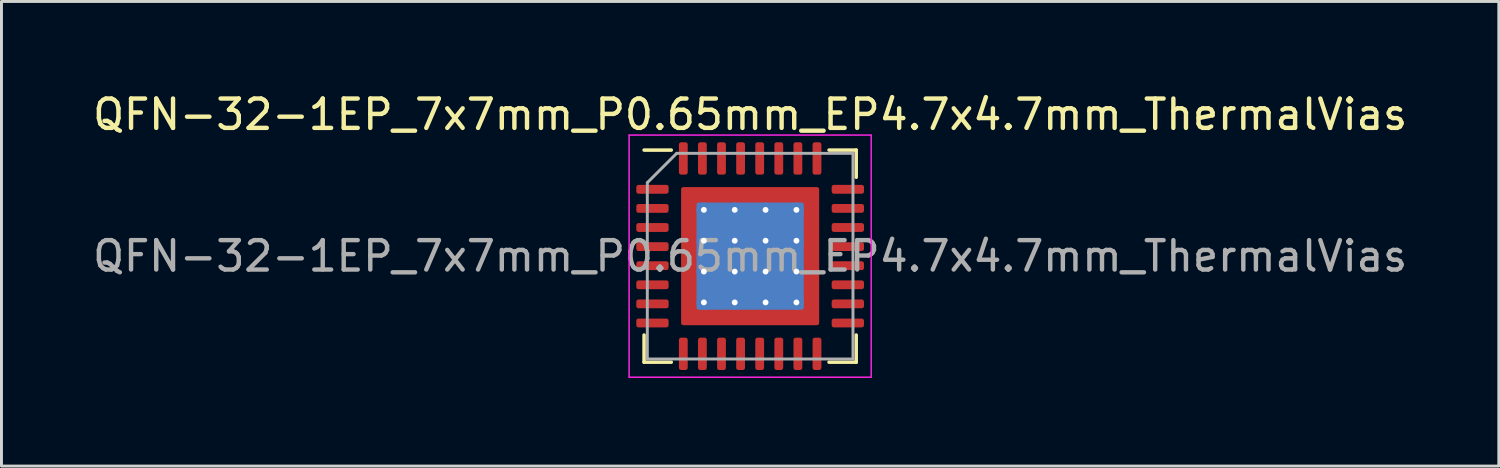
<source format=kicad_pcb>
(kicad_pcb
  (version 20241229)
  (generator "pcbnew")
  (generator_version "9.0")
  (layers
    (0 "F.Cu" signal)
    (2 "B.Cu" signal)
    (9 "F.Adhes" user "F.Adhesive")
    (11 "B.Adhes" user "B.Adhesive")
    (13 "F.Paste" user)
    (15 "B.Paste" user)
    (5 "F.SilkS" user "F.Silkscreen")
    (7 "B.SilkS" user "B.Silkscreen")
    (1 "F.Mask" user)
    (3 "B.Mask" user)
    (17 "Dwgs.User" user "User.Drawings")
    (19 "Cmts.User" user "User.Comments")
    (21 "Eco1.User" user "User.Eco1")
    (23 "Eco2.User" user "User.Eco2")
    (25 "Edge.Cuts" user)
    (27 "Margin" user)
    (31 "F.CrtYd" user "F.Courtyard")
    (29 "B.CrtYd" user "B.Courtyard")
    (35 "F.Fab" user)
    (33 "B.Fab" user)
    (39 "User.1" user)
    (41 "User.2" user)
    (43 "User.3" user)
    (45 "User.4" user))
  (footprint "QFN-32-1EP_7x7mm_P0.65mm_EP4.7x4.7mm_ThermalVias"
    (layer "F.Cu")
    (at 22.482 5.668)
    (property "Reference" "QFN-32-1EP_7x7mm_P0.65mm_EP4.7x4.7mm_ThermalVias" (at 0 -4.82 0) (layer "F.SilkS") (effects (font (size 1 1) (thickness 0.15))))
    (attr smd)
    (fp_line (start -3.61 3.61) (end -3.61 2.685) (stroke (width 0.12) (type solid)) (layer "F.SilkS"))
    (fp_line (start -2.685 -3.61) (end -3.61 -3.61) (stroke (width 0.12) (type solid)) (layer "F.SilkS"))
    (fp_line (start -2.685 3.61) (end -3.61 3.61) (stroke (width 0.12) (type solid)) (layer "F.SilkS"))
    (fp_line (start 2.685 -3.61) (end 3.61 -3.61) (stroke (width 0.12) (type solid)) (layer "F.SilkS"))
    (fp_line (start 2.685 3.61) (end 3.61 3.61) (stroke (width 0.12) (type solid)) (layer "F.SilkS"))
    (fp_line (start 3.61 -3.61) (end 3.61 -2.685) (stroke (width 0.12) (type solid)) (layer "F.SilkS"))
    (fp_line (start 3.61 3.61) (end 3.61 2.685) (stroke (width 0.12) (type solid)) (layer "F.SilkS"))
    (fp_line (start -4.12 -4.12) (end -4.12 4.12) (stroke (width 0.05) (type solid)) (layer "F.CrtYd"))
    (fp_line (start -4.12 4.12) (end 4.12 4.12) (stroke (width 0.05) (type solid)) (layer "F.CrtYd"))
    (fp_line (start 4.12 -4.12) (end -4.12 -4.12) (stroke (width 0.05) (type solid)) (layer "F.CrtYd"))
    (fp_line (start 4.12 4.12) (end 4.12 -4.12) (stroke (width 0.05) (type solid)) (layer "F.CrtYd"))
    (fp_line (start -3.5 -2.5) (end -2.5 -3.5) (stroke (width 0.1) (type solid)) (layer "F.Fab"))
    (fp_line (start -3.5 3.5) (end -3.5 -2.5) (stroke (width 0.1) (type solid)) (layer "F.Fab"))
    (fp_line (start -2.5 -3.5) (end 3.5 -3.5) (stroke (width 0.1) (type solid)) (layer "F.Fab"))
    (fp_line (start 3.5 -3.5) (end 3.5 3.5) (stroke (width 0.1) (type solid)) (layer "F.Fab"))
    (fp_line (start 3.5 3.5) (end -3.5 3.5) (stroke (width 0.1) (type solid)) (layer "F.Fab"))
    (fp_text user "${REFERENCE}" (at 0 0 0) (layer "F.Fab") (effects (font (size 1 1) (thickness 0.15))))
    (pad "" smd custom (at -1.962 -1.962) (size 0.531 0.531) (layers "F.Paste") (options (anchor circle)) (primitives (gr_poly (pts (xy -0.312 -0.312) (xy 0.312 -0.312) (xy 0.312 0.18) (xy 0.18 0.312) (xy -0.312 0.312)) (width 0) (fill yes))))
    (pad "" smd custom (at -1.962 -1.05) (size 0.55 0.55) (layers "F.Paste") (options (anchor circle)) (primitives (gr_poly (pts (xy -0.312 -0.423) (xy 0.206 -0.423) (xy 0.312 -0.317) (xy 0.312 0.317) (xy 0.206 0.423) (xy -0.312 0.423)) (width 0) (fill yes))))
    (pad "" smd custom (at -1.962 0) (size 0.55 0.55) (layers "F.Paste") (options (anchor circle)) (primitives (gr_poly (pts (xy -0.312 -0.423) (xy 0.206 -0.423) (xy 0.312 -0.317) (xy 0.312 0.317) (xy 0.206 0.423) (xy -0.312 0.423)) (width 0) (fill yes))))
    (pad "" smd custom (at -1.962 1.05) (size 0.55 0.55) (layers "F.Paste") (options (anchor circle)) (primitives (gr_poly (pts (xy -0.312 -0.423) (xy 0.206 -0.423) (xy 0.312 -0.317) (xy 0.312 0.317) (xy 0.206 0.423) (xy -0.312 0.423)) (width 0) (fill yes))))
    (pad "" smd custom (at -1.962 1.962) (size 0.531 0.531) (layers "F.Paste") (options (anchor circle)) (primitives (gr_poly (pts (xy -0.312 -0.312) (xy 0.18 -0.312) (xy 0.312 -0.18) (xy 0.312 0.312) (xy -0.312 0.312)) (width 0) (fill yes))))
    (pad "" smd custom (at -1.05 -1.962) (size 0.55 0.55) (layers "F.Paste") (options (anchor circle)) (primitives (gr_poly (pts (xy -0.423 -0.312) (xy 0.423 -0.312) (xy 0.423 0.206) (xy 0.317 0.312) (xy -0.317 0.312) (xy -0.423 0.206)) (width 0) (fill yes))))
    (pad "" smd custom (at -1.05 -1.05) (size 0.79 0.79) (layers "F.Paste") (options (anchor circle)) (primitives (gr_poly (pts (xy -0.423 -0.344) (xy -0.344 -0.423) (xy 0.344 -0.423) (xy 0.423 -0.344) (xy 0.423 0.344) (xy 0.344 0.423) (xy -0.344 0.423) (xy -0.423 0.344)) (width 0) (fill yes))))
    (pad "" smd custom (at -1.05 0) (size 0.79 0.79) (layers "F.Paste") (options (anchor circle)) (primitives (gr_poly (pts (xy -0.423 -0.344) (xy -0.344 -0.423) (xy 0.344 -0.423) (xy 0.423 -0.344) (xy 0.423 0.344) (xy 0.344 0.423) (xy -0.344 0.423) (xy -0.423 0.344)) (width 0) (fill yes))))
    (pad "" smd custom (at -1.05 1.05) (size 0.79 0.79) (layers "F.Paste") (options (anchor circle)) (primitives (gr_poly (pts (xy -0.423 -0.344) (xy -0.344 -0.423) (xy 0.344 -0.423) (xy 0.423 -0.344) (xy 0.423 0.344) (xy 0.344 0.423) (xy -0.344 0.423) (xy -0.423 0.344)) (width 0) (fill yes))))
    (pad "" smd custom (at -1.05 1.962) (size 0.55 0.55) (layers "F.Paste") (options (anchor circle)) (primitives (gr_poly (pts (xy -0.423 -0.206) (xy -0.317 -0.312) (xy 0.317 -0.312) (xy 0.423 -0.206) (xy 0.423 0.312) (xy -0.423 0.312)) (width 0) (fill yes))))
    (pad "" smd custom (at 0 -1.962) (size 0.55 0.55) (layers "F.Paste") (options (anchor circle)) (primitives (gr_poly (pts (xy -0.423 -0.312) (xy 0.423 -0.312) (xy 0.423 0.206) (xy 0.317 0.312) (xy -0.317 0.312) (xy -0.423 0.206)) (width 0) (fill yes))))
    (pad "" smd custom (at 0 -1.05) (size 0.79 0.79) (layers "F.Paste") (options (anchor circle)) (primitives (gr_poly (pts (xy -0.423 -0.344) (xy -0.344 -0.423) (xy 0.344 -0.423) (xy 0.423 -0.344) (xy 0.423 0.344) (xy 0.344 0.423) (xy -0.344 0.423) (xy -0.423 0.344)) (width 0) (fill yes))))
    (pad "" smd custom (at 0 0) (size 0.79 0.79) (layers "F.Paste") (options (anchor circle)) (primitives (gr_poly (pts (xy -0.423 -0.344) (xy -0.344 -0.423) (xy 0.344 -0.423) (xy 0.423 -0.344) (xy 0.423 0.344) (xy 0.344 0.423) (xy -0.344 0.423) (xy -0.423 0.344)) (width 0) (fill yes))))
    (pad "" smd custom (at 0 1.05) (size 0.79 0.79) (layers "F.Paste") (options (anchor circle)) (primitives (gr_poly (pts (xy -0.423 -0.344) (xy -0.344 -0.423) (xy 0.344 -0.423) (xy 0.423 -0.344) (xy 0.423 0.344) (xy 0.344 0.423) (xy -0.344 0.423) (xy -0.423 0.344)) (width 0) (fill yes))))
    (pad "" smd custom (at 0 1.962) (size 0.55 0.55) (layers "F.Paste") (options (anchor circle)) (primitives (gr_poly (pts (xy -0.423 -0.206) (xy -0.317 -0.312) (xy 0.317 -0.312) (xy 0.423 -0.206) (xy 0.423 0.312) (xy -0.423 0.312)) (width 0) (fill yes))))
    (pad "" smd custom (at 1.05 -1.962) (size 0.55 0.55) (layers "F.Paste") (options (anchor circle)) (primitives (gr_poly (pts (xy -0.423 -0.312) (xy 0.423 -0.312) (xy 0.423 0.206) (xy 0.317 0.312) (xy -0.317 0.312) (xy -0.423 0.206)) (width 0) (fill yes))))
    (pad "" smd custom (at 1.05 -1.05) (size 0.79 0.79) (layers "F.Paste") (options (anchor circle)) (primitives (gr_poly (pts (xy -0.423 -0.344) (xy -0.344 -0.423) (xy 0.344 -0.423) (xy 0.423 -0.344) (xy 0.423 0.344) (xy 0.344 0.423) (xy -0.344 0.423) (xy -0.423 0.344)) (width 0) (fill yes))))
    (pad "" smd custom (at 1.05 0) (size 0.79 0.79) (layers "F.Paste") (options (anchor circle)) (primitives (gr_poly (pts (xy -0.423 -0.344) (xy -0.344 -0.423) (xy 0.344 -0.423) (xy 0.423 -0.344) (xy 0.423 0.344) (xy 0.344 0.423) (xy -0.344 0.423) (xy -0.423 0.344)) (width 0) (fill yes))))
    (pad "" smd custom (at 1.05 1.05) (size 0.79 0.79) (layers "F.Paste") (options (anchor circle)) (primitives (gr_poly (pts (xy -0.423 -0.344) (xy -0.344 -0.423) (xy 0.344 -0.423) (xy 0.423 -0.344) (xy 0.423 0.344) (xy 0.344 0.423) (xy -0.344 0.423) (xy -0.423 0.344)) (width 0) (fill yes))))
    (pad "" smd custom (at 1.05 1.962) (size 0.55 0.55) (layers "F.Paste") (options (anchor circle)) (primitives (gr_poly (pts (xy -0.423 -0.206) (xy -0.317 -0.312) (xy 0.317 -0.312) (xy 0.423 -0.206) (xy 0.423 0.312) (xy -0.423 0.312)) (width 0) (fill yes))))
    (pad "" smd custom (at 1.962 -1.962) (size 0.531 0.531) (layers "F.Paste") (options (anchor circle)) (primitives (gr_poly (pts (xy -0.312 -0.312) (xy 0.312 -0.312) (xy 0.312 0.312) (xy -0.18 0.312) (xy -0.312 0.18)) (width 0) (fill yes))))
    (pad "" smd custom (at 1.962 -1.05) (size 0.55 0.55) (layers "F.Paste") (options (anchor circle)) (primitives (gr_poly (pts (xy -0.312 -0.317) (xy -0.206 -0.423) (xy 0.312 -0.423) (xy 0.312 0.423) (xy -0.206 0.423) (xy -0.312 0.317)) (width 0) (fill yes))))
    (pad "" smd custom (at 1.962 0) (size 0.55 0.55) (layers "F.Paste") (options (anchor circle)) (primitives (gr_poly (pts (xy -0.312 -0.317) (xy -0.206 -0.423) (xy 0.312 -0.423) (xy 0.312 0.423) (xy -0.206 0.423) (xy -0.312 0.317)) (width 0) (fill yes))))
    (pad "" smd custom (at 1.962 1.05) (size 0.55 0.55) (layers "F.Paste") (options (anchor circle)) (primitives (gr_poly (pts (xy -0.312 -0.317) (xy -0.206 -0.423) (xy 0.312 -0.423) (xy 0.312 0.423) (xy -0.206 0.423) (xy -0.312 0.317)) (width 0) (fill yes))))
    (pad "" smd custom (at 1.962 1.962) (size 0.531 0.531) (layers "F.Paste") (options (anchor circle)) (primitives (gr_poly (pts (xy -0.312 -0.18) (xy -0.18 -0.312) (xy 0.312 -0.312) (xy 0.312 0.312) (xy -0.312 0.312)) (width 0) (fill yes))))
    (pad "1" smd roundrect (at -3.325 -2.275) (size 1.1 0.3) (layers "F.Cu" "F.Mask" "F.Paste") (roundrect_rratio 0.25))
    (pad "2" smd roundrect (at -3.325 -1.625) (size 1.1 0.3) (layers "F.Cu" "F.Mask" "F.Paste") (roundrect_rratio 0.25))
    (pad "3" smd roundrect (at -3.325 -0.975) (size 1.1 0.3) (layers "F.Cu" "F.Mask" "F.Paste") (roundrect_rratio 0.25))
    (pad "4" smd roundrect (at -3.325 -0.325) (size 1.1 0.3) (layers "F.Cu" "F.Mask" "F.Paste") (roundrect_rratio 0.25))
    (pad "5" smd roundrect (at -3.325 0.325) (size 1.1 0.3) (layers "F.Cu" "F.Mask" "F.Paste") (roundrect_rratio 0.25))
    (pad "6" smd roundrect (at -3.325 0.975) (size 1.1 0.3) (layers "F.Cu" "F.Mask" "F.Paste") (roundrect_rratio 0.25))
    (pad "7" smd roundrect (at -3.325 1.625) (size 1.1 0.3) (layers "F.Cu" "F.Mask" "F.Paste") (roundrect_rratio 0.25))
    (pad "8" smd roundrect (at -3.325 2.275) (size 1.1 0.3) (layers "F.Cu" "F.Mask" "F.Paste") (roundrect_rratio 0.25))
    (pad "9" smd roundrect (at -2.275 3.325) (size 0.3 1.1) (layers "F.Cu" "F.Mask" "F.Paste") (roundrect_rratio 0.25))
    (pad "10" smd roundrect (at -1.625 3.325) (size 0.3 1.1) (layers "F.Cu" "F.Mask" "F.Paste") (roundrect_rratio 0.25))
    (pad "11" smd roundrect (at -0.975 3.325) (size 0.3 1.1) (layers "F.Cu" "F.Mask" "F.Paste") (roundrect_rratio 0.25))
    (pad "12" smd roundrect (at -0.325 3.325) (size 0.3 1.1) (layers "F.Cu" "F.Mask" "F.Paste") (roundrect_rratio 0.25))
    (pad "13" smd roundrect (at 0.325 3.325) (size 0.3 1.1) (layers "F.Cu" "F.Mask" "F.Paste") (roundrect_rratio 0.25))
    (pad "14" smd roundrect (at 0.975 3.325) (size 0.3 1.1) (layers "F.Cu" "F.Mask" "F.Paste") (roundrect_rratio 0.25))
    (pad "15" smd roundrect (at 1.625 3.325) (size 0.3 1.1) (layers "F.Cu" "F.Mask" "F.Paste") (roundrect_rratio 0.25))
    (pad "16" smd roundrect (at 2.275 3.325) (size 0.3 1.1) (layers "F.Cu" "F.Mask" "F.Paste") (roundrect_rratio 0.25))
    (pad "17" smd roundrect (at 3.325 2.275) (size 1.1 0.3) (layers "F.Cu" "F.Mask" "F.Paste") (roundrect_rratio 0.25))
    (pad "18" smd roundrect (at 3.325 1.625) (size 1.1 0.3) (layers "F.Cu" "F.Mask" "F.Paste") (roundrect_rratio 0.25))
    (pad "19" smd roundrect (at 3.325 0.975) (size 1.1 0.3) (layers "F.Cu" "F.Mask" "F.Paste") (roundrect_rratio 0.25))
    (pad "20" smd roundrect (at 3.325 0.325) (size 1.1 0.3) (layers "F.Cu" "F.Mask" "F.Paste") (roundrect_rratio 0.25))
    (pad "21" smd roundrect (at 3.325 -0.325) (size 1.1 0.3) (layers "F.Cu" "F.Mask" "F.Paste") (roundrect_rratio 0.25))
    (pad "22" smd roundrect (at 3.325 -0.975) (size 1.1 0.3) (layers "F.Cu" "F.Mask" "F.Paste") (roundrect_rratio 0.25))
    (pad "23" smd roundrect (at 3.325 -1.625) (size 1.1 0.3) (layers "F.Cu" "F.Mask" "F.Paste") (roundrect_rratio 0.25))
    (pad "24" smd roundrect (at 3.325 -2.275) (size 1.1 0.3) (layers "F.Cu" "F.Mask" "F.Paste") (roundrect_rratio 0.25))
    (pad "25" smd roundrect (at 2.275 -3.325) (size 0.3 1.1) (layers "F.Cu" "F.Mask" "F.Paste") (roundrect_rratio 0.25))
    (pad "26" smd roundrect (at 1.625 -3.325) (size 0.3 1.1) (layers "F.Cu" "F.Mask" "F.Paste") (roundrect_rratio 0.25))
    (pad "27" smd roundrect (at 0.975 -3.325) (size 0.3 1.1) (layers "F.Cu" "F.Mask" "F.Paste") (roundrect_rratio 0.25))
    (pad "28" smd roundrect (at 0.325 -3.325) (size 0.3 1.1) (layers "F.Cu" "F.Mask" "F.Paste") (roundrect_rratio 0.25))
    (pad "29" smd roundrect (at -0.325 -3.325) (size 0.3 1.1) (layers "F.Cu" "F.Mask" "F.Paste") (roundrect_rratio 0.25))
    (pad "30" smd roundrect (at -0.975 -3.325) (size 0.3 1.1) (layers "F.Cu" "F.Mask" "F.Paste") (roundrect_rratio 0.25))
    (pad "31" smd roundrect (at -1.625 -3.325) (size 0.3 1.1) (layers "F.Cu" "F.Mask" "F.Paste") (roundrect_rratio 0.25))
    (pad "32" smd roundrect (at -2.275 -3.325) (size 0.3 1.1) (layers "F.Cu" "F.Mask" "F.Paste") (roundrect_rratio 0.25))
    (pad "33" thru_hole circle (at -1.575 -1.575) (size 0.5 0.5) (drill 0.2) (layers "*.Cu"))
    (pad "33" thru_hole circle (at -1.575 -0.525) (size 0.5 0.5) (drill 0.2) (layers "*.Cu"))
    (pad "33" thru_hole circle (at -1.575 0.525) (size 0.5 0.5) (drill 0.2) (layers "*.Cu"))
    (pad "33" thru_hole circle (at -1.575 1.575) (size 0.5 0.5) (drill 0.2) (layers "*.Cu"))
    (pad "33" thru_hole circle (at -0.525 -1.575) (size 0.5 0.5) (drill 0.2) (layers "*.Cu"))
    (pad "33" thru_hole circle (at -0.525 -0.525) (size 0.5 0.5) (drill 0.2) (layers "*.Cu"))
    (pad "33" thru_hole circle (at -0.525 0.525) (size 0.5 0.5) (drill 0.2) (layers "*.Cu"))
    (pad "33" thru_hole circle (at -0.525 1.575) (size 0.5 0.5) (drill 0.2) (layers "*.Cu"))
    (pad "33" smd roundrect (at 0 0) (size 3.65 3.65) (layers "B.Cu") (roundrect_rratio 0.021))
    (pad "33" smd roundrect (at 0 0) (size 4.7 4.7) (layers "F.Cu" "F.Mask") (roundrect_rratio 0.016))
    (pad "33" thru_hole circle (at 0.525 -1.575) (size 0.5 0.5) (drill 0.2) (layers "*.Cu"))
    (pad "33" thru_hole circle (at 0.525 -0.525) (size 0.5 0.5) (drill 0.2) (layers "*.Cu"))
    (pad "33" thru_hole circle (at 0.525 0.525) (size 0.5 0.5) (drill 0.2) (layers "*.Cu"))
    (pad "33" thru_hole circle (at 0.525 1.575) (size 0.5 0.5) (drill 0.2) (layers "*.Cu"))
    (pad "33" thru_hole circle (at 1.575 -1.575) (size 0.5 0.5) (drill 0.2) (layers "*.Cu"))
    (pad "33" thru_hole circle (at 1.575 -0.525) (size 0.5 0.5) (drill 0.2) (layers "*.Cu"))
    (pad "33" thru_hole circle (at 1.575 0.525) (size 0.5 0.5) (drill 0.2) (layers "*.Cu"))
    (pad "33" thru_hole circle (at 1.575 1.575) (size 0.5 0.5) (drill 0.2) (layers "*.Cu")))
  (gr_rect
    (start -3 -3)
    (end 47.964 12.813)
    (stroke (width 0.1) (type default))
    (fill no)
    (layer "Edge.Cuts")))
</source>
